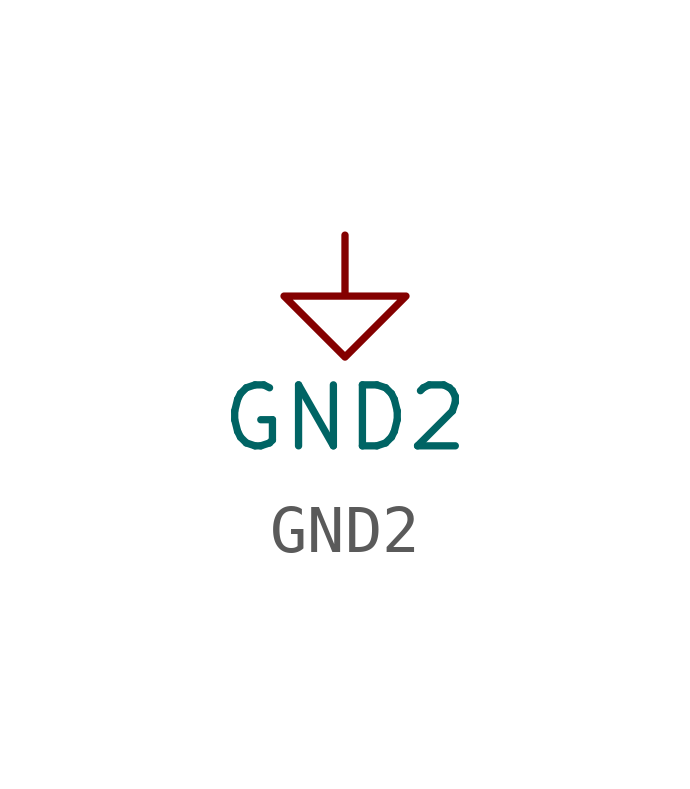
<source format=kicad_sym>
(kicad_symbol_lib
  (version 20231120)
  (generator "kicad_symbol_editor")
  (generator_version "8.0")
  (symbol "GND2"
    (power)
    (pin_names
      (offset 0))
    (property "Reference" "#PWR"
      (at 0 -6.35 0)
      (effects (font (size 1.27 1.27)) (hide yes)))
    (property "Value" "GND2"
      (at 0 -3.81 0)
      (effects (font (size 1.27 1.27))))
    (symbol "GND2_0_1"
      (polyline (pts (xy 0 0) (xy 0 -1.27) (xy 1.27 -1.27) (xy 0 -2.54) (xy -1.27 -1.27) (xy 0 -1.27)) (stroke (width 0) (type default)) (fill (type none))))
    (symbol "GND2_1_1"
      (pin power_in line (at 0 0 270) (length 0) hide (name "GND2" (effects (font (size 1.27 1.27)))) (number "1" (effects (font (size 1.27 1.27))))))))
</source>
